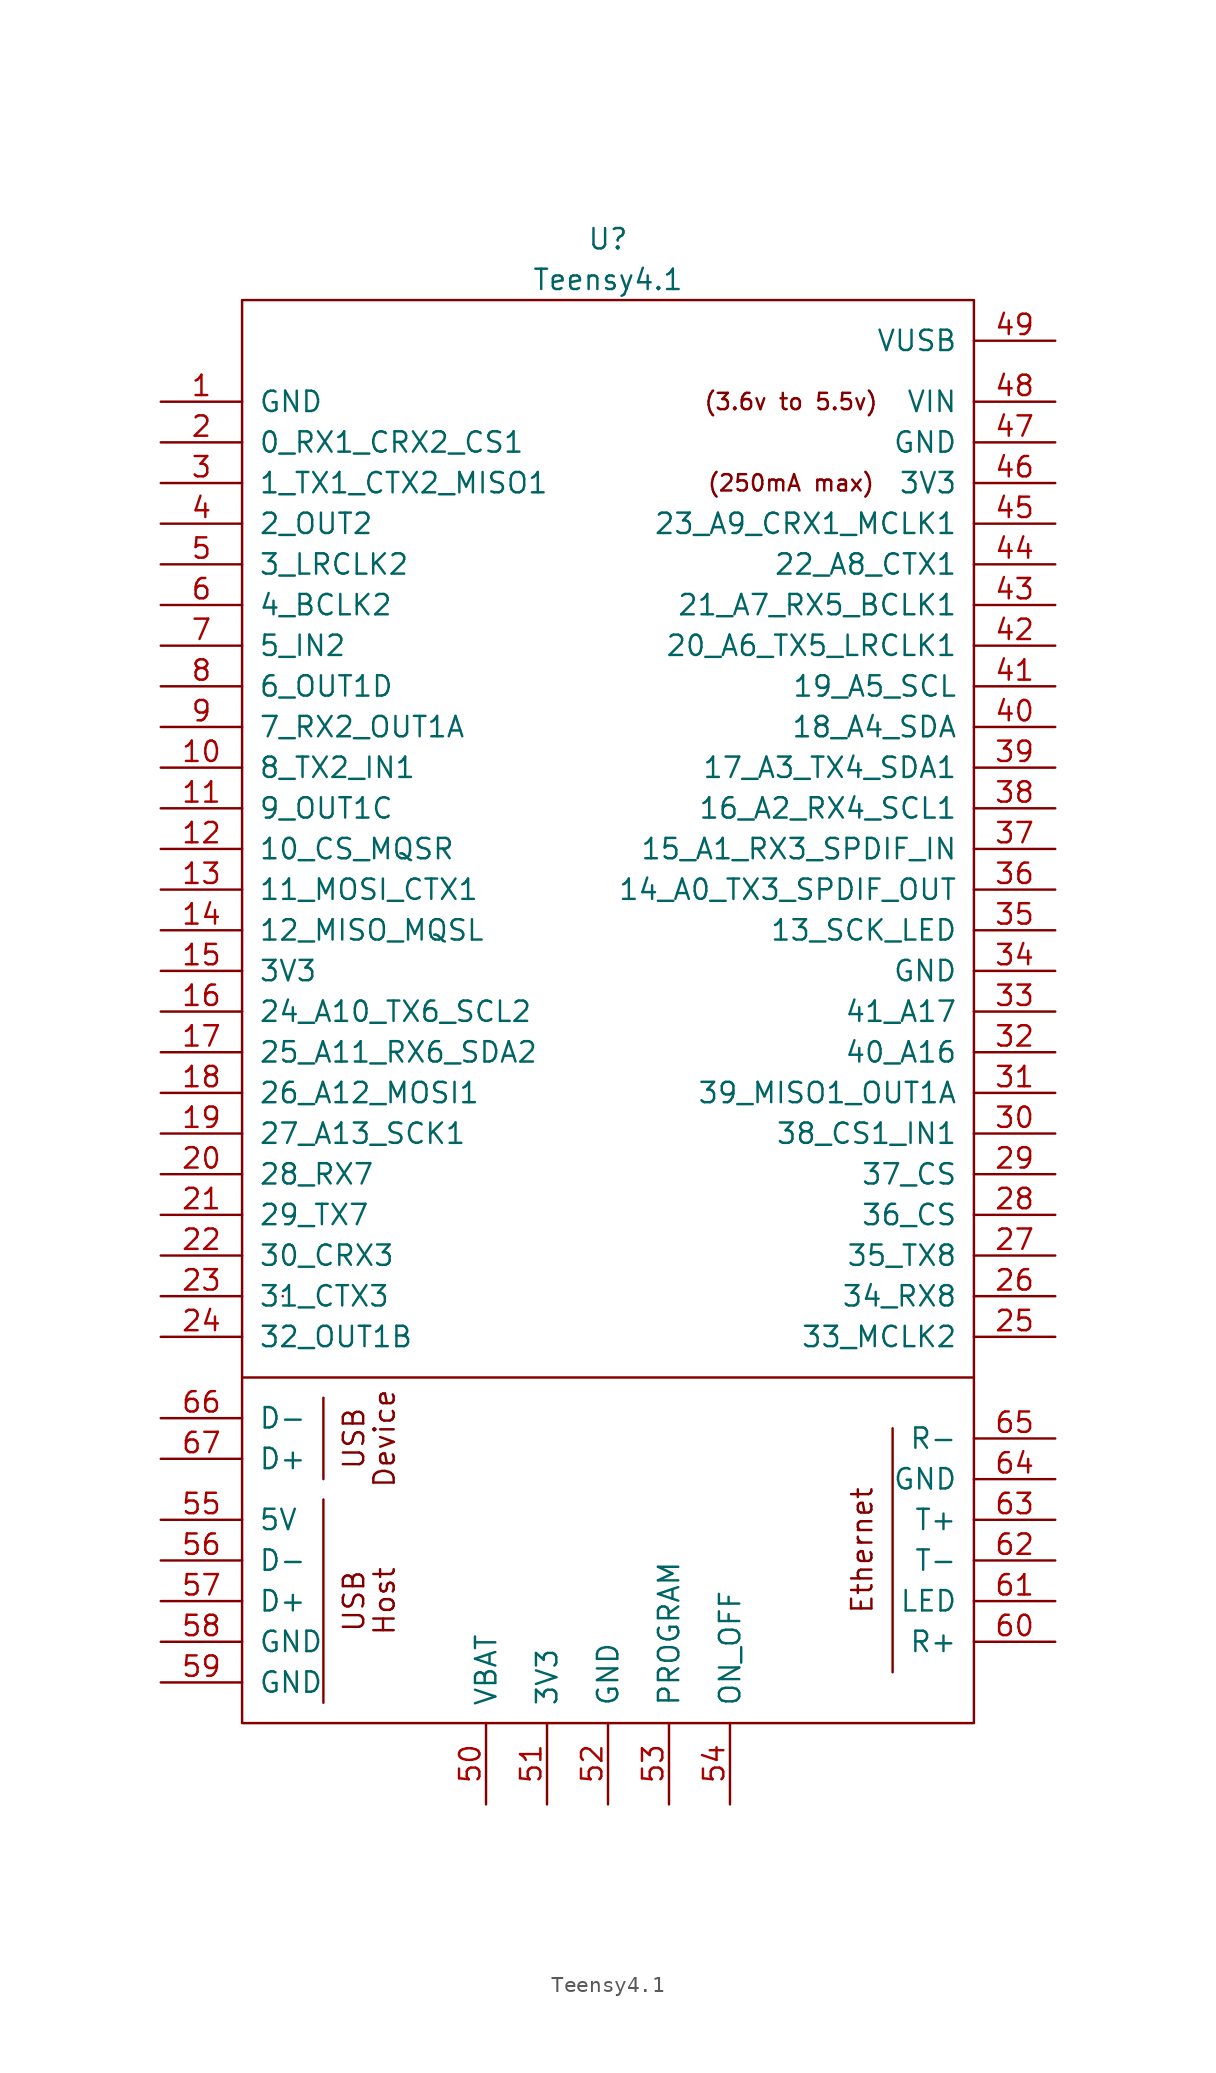
<source format=kicad_sym>
(kicad_symbol_lib
  (version 20231120)
  (generator "kicad_symbol_editor")
  (generator_version "8.0")
  (symbol "Teensy4.1"
    (pin_names
      (offset 1.016))
    (property "Reference" "U"
      (at 0 64.77 0)
      (effects (font (size 1.27 1.27))))
    (property "Value" "Teensy4.1"
      (at 0 62.23 0)
      (effects (font (size 1.27 1.27))))
    (symbol "Teensy4.1_0_0"
      (polyline (pts (xy -22.86 -6.35) (xy 22.86 -6.35)) (stroke (width 0) (type solid)) (fill (type none)))
      (polyline (pts (xy -17.78 -26.67) (xy -17.78 -13.97)) (stroke (width 0) (type solid)) (fill (type none)))
      (polyline (pts (xy -17.78 -7.62) (xy -17.78 -12.7)) (stroke (width 0) (type solid)) (fill (type none)))
      (polyline (pts (xy 17.78 -9.525) (xy 17.78 -24.765)) (stroke (width 0) (type solid)) (fill (type none)))
      (text "(250mA max)" (at 11.43 49.53 0) (effects (font (size 1.016 1.016))))
      (text "(3.6v to 5.5v)" (at 11.43 54.61 0) (effects (font (size 1.016 1.016))))
      (text "Device" (at -13.97 -10.16 900) (effects (font (size 1.27 1.27))))
      (text "Ethernet" (at 15.875 -17.145 900) (effects (font (size 1.27 1.27))))
      (text "Host" (at -13.97 -20.32 900) (effects (font (size 1.27 1.27))))
      (text "USB" (at -15.875 -20.32 900) (effects (font (size 1.27 1.27))))
      (text "USB" (at -15.875 -10.16 900) (effects (font (size 1.27 1.27))))
      (pin bidirectional line (at -27.94 31.75 0) (length 5.08) (name "8_TX2_IN1" (effects (font (size 1.27 1.27)))) (number "10" (effects (font (size 1.27 1.27)))))
      (pin bidirectional line (at -27.94 29.21 0) (length 5.08) (name "9_OUT1C" (effects (font (size 1.27 1.27)))) (number "11" (effects (font (size 1.27 1.27)))))
      (pin bidirectional line (at -27.94 26.67 0) (length 5.08) (name "10_CS_MQSR" (effects (font (size 1.27 1.27)))) (number "12" (effects (font (size 1.27 1.27)))))
      (pin bidirectional line (at -27.94 24.13 0) (length 5.08) (name "11_MOSI_CTX1" (effects (font (size 1.27 1.27)))) (number "13" (effects (font (size 1.27 1.27)))))
      (pin bidirectional line (at -27.94 21.59 0) (length 5.08) (name "12_MISO_MQSL" (effects (font (size 1.27 1.27)))) (number "14" (effects (font (size 1.27 1.27)))))
      (pin power_out line (at -27.94 19.05 0) (length 5.08) (name "3V3" (effects (font (size 1.27 1.27)))) (number "15" (effects (font (size 1.27 1.27)))))
      (pin bidirectional line (at -27.94 16.51 0) (length 5.08) (name "24_A10_TX6_SCL2" (effects (font (size 1.27 1.27)))) (number "16" (effects (font (size 1.27 1.27)))))
      (pin bidirectional line (at -27.94 13.97 0) (length 5.08) (name "25_A11_RX6_SDA2" (effects (font (size 1.27 1.27)))) (number "17" (effects (font (size 1.27 1.27)))))
      (pin bidirectional line (at -27.94 11.43 0) (length 5.08) (name "26_A12_MOSI1" (effects (font (size 1.27 1.27)))) (number "18" (effects (font (size 1.27 1.27)))))
      (pin bidirectional line (at -27.94 8.89 0) (length 5.08) (name "27_A13_SCK1" (effects (font (size 1.27 1.27)))) (number "19" (effects (font (size 1.27 1.27)))))
      (pin bidirectional line (at -27.94 6.35 0) (length 5.08) (name "28_RX7" (effects (font (size 1.27 1.27)))) (number "20" (effects (font (size 1.27 1.27)))))
      (pin bidirectional line (at -27.94 3.81 0) (length 5.08) (name "29_TX7" (effects (font (size 1.27 1.27)))) (number "21" (effects (font (size 1.27 1.27)))))
      (pin bidirectional line (at -27.94 1.27 0) (length 5.08) (name "30_CRX3" (effects (font (size 1.27 1.27)))) (number "22" (effects (font (size 1.27 1.27)))))
      (pin bidirectional line (at -27.94 -1.27 0) (length 5.08) (name "31_CTX3" (effects (font (size 1.27 1.27)))) (number "23" (effects (font (size 1.27 1.27)))))
      (pin bidirectional line (at -27.94 -3.81 0) (length 5.08) (name "32_OUT1B" (effects (font (size 1.27 1.27)))) (number "24" (effects (font (size 1.27 1.27)))))
      (pin bidirectional line (at 27.94 -3.81 180) (length 5.08) (name "33_MCLK2" (effects (font (size 1.27 1.27)))) (number "25" (effects (font (size 1.27 1.27)))))
      (pin bidirectional line (at 27.94 -1.27 180) (length 5.08) (name "34_RX8" (effects (font (size 1.27 1.27)))) (number "26" (effects (font (size 1.27 1.27)))))
      (pin bidirectional line (at 27.94 1.27 180) (length 5.08) (name "35_TX8" (effects (font (size 1.27 1.27)))) (number "27" (effects (font (size 1.27 1.27)))))
      (pin bidirectional line (at 27.94 3.81 180) (length 5.08) (name "36_CS" (effects (font (size 1.27 1.27)))) (number "28" (effects (font (size 1.27 1.27)))))
      (pin bidirectional line (at 27.94 6.35 180) (length 5.08) (name "37_CS" (effects (font (size 1.27 1.27)))) (number "29" (effects (font (size 1.27 1.27)))))
      (pin bidirectional line (at 27.94 8.89 180) (length 5.08) (name "38_CS1_IN1" (effects (font (size 1.27 1.27)))) (number "30" (effects (font (size 1.27 1.27)))))
      (pin bidirectional line (at 27.94 11.43 180) (length 5.08) (name "39_MISO1_OUT1A" (effects (font (size 1.27 1.27)))) (number "31" (effects (font (size 1.27 1.27)))))
      (pin bidirectional line (at 27.94 13.97 180) (length 5.08) (name "40_A16" (effects (font (size 1.27 1.27)))) (number "32" (effects (font (size 1.27 1.27)))))
      (pin bidirectional line (at 27.94 16.51 180) (length 5.08) (name "41_A17" (effects (font (size 1.27 1.27)))) (number "33" (effects (font (size 1.27 1.27)))))
      (pin bidirectional line (at 27.94 21.59 180) (length 5.08) (name "13_SCK_LED" (effects (font (size 1.27 1.27)))) (number "35" (effects (font (size 1.27 1.27)))))
      (pin bidirectional line (at 27.94 24.13 180) (length 5.08) (name "14_A0_TX3_SPDIF_OUT" (effects (font (size 1.27 1.27)))) (number "36" (effects (font (size 1.27 1.27)))))
      (pin bidirectional line (at 27.94 26.67 180) (length 5.08) (name "15_A1_RX3_SPDIF_IN" (effects (font (size 1.27 1.27)))) (number "37" (effects (font (size 1.27 1.27)))))
      (pin bidirectional line (at 27.94 29.21 180) (length 5.08) (name "16_A2_RX4_SCL1" (effects (font (size 1.27 1.27)))) (number "38" (effects (font (size 1.27 1.27)))))
      (pin bidirectional line (at 27.94 31.75 180) (length 5.08) (name "17_A3_TX4_SDA1" (effects (font (size 1.27 1.27)))) (number "39" (effects (font (size 1.27 1.27)))))
      (pin bidirectional line (at 27.94 34.29 180) (length 5.08) (name "18_A4_SDA" (effects (font (size 1.27 1.27)))) (number "40" (effects (font (size 1.27 1.27)))))
      (pin bidirectional line (at 27.94 36.83 180) (length 5.08) (name "19_A5_SCL" (effects (font (size 1.27 1.27)))) (number "41" (effects (font (size 1.27 1.27)))))
      (pin bidirectional line (at 27.94 39.37 180) (length 5.08) (name "20_A6_TX5_LRCLK1" (effects (font (size 1.27 1.27)))) (number "42" (effects (font (size 1.27 1.27)))))
      (pin bidirectional line (at 27.94 41.91 180) (length 5.08) (name "21_A7_RX5_BCLK1" (effects (font (size 1.27 1.27)))) (number "43" (effects (font (size 1.27 1.27)))))
      (pin bidirectional line (at 27.94 44.45 180) (length 5.08) (name "22_A8_CTX1" (effects (font (size 1.27 1.27)))) (number "44" (effects (font (size 1.27 1.27)))))
      (pin bidirectional line (at 27.94 46.99 180) (length 5.08) (name "23_A9_CRX1_MCLK1" (effects (font (size 1.27 1.27)))) (number "45" (effects (font (size 1.27 1.27)))))
      (pin power_out line (at 27.94 49.53 180) (length 5.08) (name "3V3" (effects (font (size 1.27 1.27)))) (number "46" (effects (font (size 1.27 1.27)))))
      (pin power_in line (at 27.94 52.07 180) (length 5.08) (name "GND" (effects (font (size 1.27 1.27)))) (number "47" (effects (font (size 1.27 1.27)))))
      (pin power_in line (at 27.94 54.61 180) (length 5.08) (name "VIN" (effects (font (size 1.27 1.27)))) (number "48" (effects (font (size 1.27 1.27)))))
      (pin power_out line (at 27.94 58.42 180) (length 5.08) (name "VUSB" (effects (font (size 1.27 1.27)))) (number "49" (effects (font (size 1.27 1.27)))))
      (pin bidirectional line (at -27.94 44.45 0) (length 5.08) (name "3_LRCLK2" (effects (font (size 1.27 1.27)))) (number "5" (effects (font (size 1.27 1.27)))))
      (pin power_in line (at -7.62 -33.02 90) (length 5.08) (name "VBAT" (effects (font (size 1.27 1.27)))) (number "50" (effects (font (size 1.27 1.27)))))
      (pin power_out line (at -3.81 -33.02 90) (length 5.08) (name "3V3" (effects (font (size 1.27 1.27)))) (number "51" (effects (font (size 1.27 1.27)))))
      (pin input line (at 0 -33.02 90) (length 5.08) (name "GND" (effects (font (size 1.27 1.27)))) (number "52" (effects (font (size 1.27 1.27)))))
      (pin input line (at 3.81 -33.02 90) (length 5.08) (name "PROGRAM" (effects (font (size 1.27 1.27)))) (number "53" (effects (font (size 1.27 1.27)))))
      (pin input line (at 7.62 -33.02 90) (length 5.08) (name "ON_OFF" (effects (font (size 1.27 1.27)))) (number "54" (effects (font (size 1.27 1.27)))))
      (pin power_out line (at -27.94 -15.24 0) (length 5.08) (name "5V" (effects (font (size 1.27 1.27)))) (number "55" (effects (font (size 1.27 1.27)))))
      (pin bidirectional line (at -27.94 -17.78 0) (length 5.08) (name "D-" (effects (font (size 1.27 1.27)))) (number "56" (effects (font (size 1.27 1.27)))))
      (pin bidirectional line (at -27.94 -20.32 0) (length 5.08) (name "D+" (effects (font (size 1.27 1.27)))) (number "57" (effects (font (size 1.27 1.27)))))
      (pin power_in line (at -27.94 -22.86 0) (length 5.08) (name "GND" (effects (font (size 1.27 1.27)))) (number "58" (effects (font (size 1.27 1.27)))))
      (pin power_in line (at -27.94 -25.4 0) (length 5.08) (name "GND" (effects (font (size 1.27 1.27)))) (number "59" (effects (font (size 1.27 1.27)))))
      (pin bidirectional line (at -27.94 41.91 0) (length 5.08) (name "4_BCLK2" (effects (font (size 1.27 1.27)))) (number "6" (effects (font (size 1.27 1.27)))))
      (pin bidirectional line (at 27.94 -22.86 180) (length 5.08) (name "R+" (effects (font (size 1.27 1.27)))) (number "60" (effects (font (size 1.27 1.27)))))
      (pin bidirectional line (at 27.94 -20.32 180) (length 5.08) (name "LED" (effects (font (size 1.27 1.27)))) (number "61" (effects (font (size 1.27 1.27)))))
      (pin bidirectional line (at 27.94 -17.78 180) (length 5.08) (name "T-" (effects (font (size 1.27 1.27)))) (number "62" (effects (font (size 1.27 1.27)))))
      (pin bidirectional line (at 27.94 -15.24 180) (length 5.08) (name "T+" (effects (font (size 1.27 1.27)))) (number "63" (effects (font (size 1.27 1.27)))))
      (pin power_in line (at 27.94 -12.7 180) (length 5.08) (name "GND" (effects (font (size 1.27 1.27)))) (number "64" (effects (font (size 1.27 1.27)))))
      (pin bidirectional line (at 27.94 -10.16 180) (length 5.08) (name "R-" (effects (font (size 1.27 1.27)))) (number "65" (effects (font (size 1.27 1.27)))))
      (pin bidirectional line (at -27.94 -8.89 0) (length 5.08) (name "D-" (effects (font (size 1.27 1.27)))) (number "66" (effects (font (size 1.27 1.27)))))
      (pin bidirectional line (at -27.94 -11.43 0) (length 5.08) (name "D+" (effects (font (size 1.27 1.27)))) (number "67" (effects (font (size 1.27 1.27)))))
      (pin bidirectional line (at -27.94 39.37 0) (length 5.08) (name "5_IN2" (effects (font (size 1.27 1.27)))) (number "7" (effects (font (size 1.27 1.27)))))
      (pin bidirectional line (at -27.94 36.83 0) (length 5.08) (name "6_OUT1D" (effects (font (size 1.27 1.27)))) (number "8" (effects (font (size 1.27 1.27)))))
      (pin bidirectional line (at -27.94 34.29 0) (length 5.08) (name "7_RX2_OUT1A" (effects (font (size 1.27 1.27)))) (number "9" (effects (font (size 1.27 1.27))))))
    (symbol "Teensy4.1_0_1"
      (rectangle (start -22.86 60.96) (end 22.86 -27.94) (stroke (width 0) (type solid)) (fill (type none)))
      (rectangle (start -20.32 -1.27) (end -20.32 -1.27) (stroke (width 0) (type solid)) (fill (type none))))
    (symbol "Teensy4.1_1_1"
      (pin power_in line (at -27.94 54.61 0) (length 5.08) (name "GND" (effects (font (size 1.27 1.27)))) (number "1" (effects (font (size 1.27 1.27)))))
      (pin bidirectional line (at -27.94 52.07 0) (length 5.08) (name "0_RX1_CRX2_CS1" (effects (font (size 1.27 1.27)))) (number "2" (effects (font (size 1.27 1.27)))))
      (pin bidirectional line (at -27.94 49.53 0) (length 5.08) (name "1_TX1_CTX2_MISO1" (effects (font (size 1.27 1.27)))) (number "3" (effects (font (size 1.27 1.27)))))
      (pin power_in line (at 27.94 19.05 180) (length 5.08) (name "GND" (effects (font (size 1.27 1.27)))) (number "34" (effects (font (size 1.27 1.27)))))
      (pin bidirectional line (at -27.94 46.99 0) (length 5.08) (name "2_OUT2" (effects (font (size 1.27 1.27)))) (number "4" (effects (font (size 1.27 1.27))))))))
</source>
